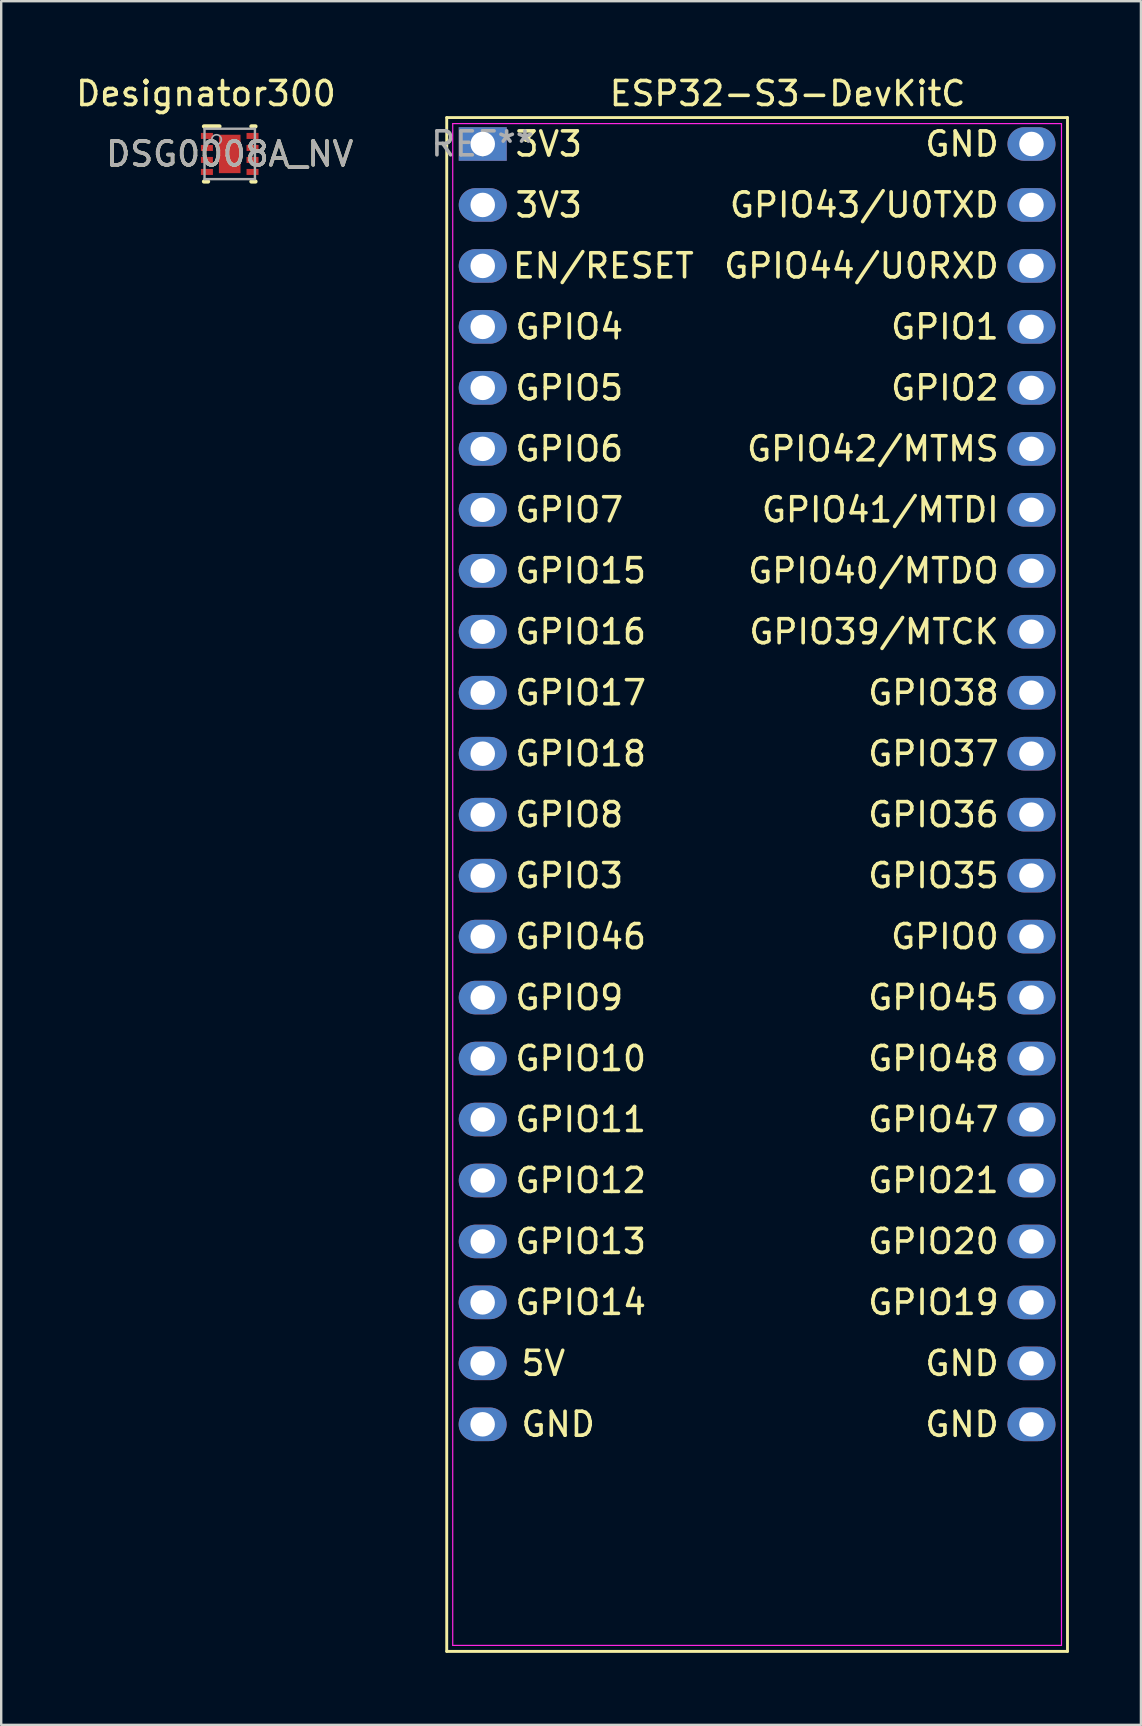
<source format=kicad_pcb>
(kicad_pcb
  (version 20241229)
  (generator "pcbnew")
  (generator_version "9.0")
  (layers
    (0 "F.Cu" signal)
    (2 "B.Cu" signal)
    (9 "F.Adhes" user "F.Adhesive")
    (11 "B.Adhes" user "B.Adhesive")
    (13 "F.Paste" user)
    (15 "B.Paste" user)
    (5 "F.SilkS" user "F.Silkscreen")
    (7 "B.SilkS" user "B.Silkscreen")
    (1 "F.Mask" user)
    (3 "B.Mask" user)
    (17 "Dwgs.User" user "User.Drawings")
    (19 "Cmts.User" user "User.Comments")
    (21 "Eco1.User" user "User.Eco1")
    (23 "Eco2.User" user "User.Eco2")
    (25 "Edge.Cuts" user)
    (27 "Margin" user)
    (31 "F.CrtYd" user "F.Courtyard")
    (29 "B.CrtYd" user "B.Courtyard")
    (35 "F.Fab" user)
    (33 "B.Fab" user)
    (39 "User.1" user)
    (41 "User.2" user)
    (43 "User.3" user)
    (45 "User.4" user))
  (footprint "DSG0008A_NV"
    (layer "F.Cu")
    (at 6.52 3.363)
    (property "Reference" "DSG0008A_NV" (at 0 0 0) (unlocked yes) (layer "F.SilkS") (effects (font (size 1 1) (thickness 0.15))))
    (attr smd)
    (fp_line (start -1.075 -1.15) (end -0.425 -1.15) (stroke (width 0.17) (type solid)) (layer "F.SilkS"))
    (fp_line (start -1.075 1.15) (end -0.9 1.15) (stroke (width 0.17) (type solid)) (layer "F.SilkS"))
    (fp_line (start 0.9 -1.15) (end 1.075 -1.15) (stroke (width 0.17) (type solid)) (layer "F.SilkS"))
    (fp_line (start 0.9 1.15) (end 1.075 1.15) (stroke (width 0.17) (type solid)) (layer "F.SilkS"))
    (fp_poly (pts (xy -0.45 -0.149) (xy -0.45 -0.751) (xy -0.449 -0.761) (xy -0.446 -0.77) (xy -0.442 -0.778) (xy -0.436 -0.786) (xy -0.428 -0.792) (xy -0.42 -0.796) (xy -0.411 -0.799) (xy -0.401 -0.8) (xy 0.401 -0.8) (xy 0.411 -0.799) (xy 0.42 -0.796) (xy 0.428 -0.792) (xy 0.436 -0.786) (xy 0.442 -0.778) (xy 0.446 -0.77) (xy 0.449 -0.761) (xy 0.45 -0.751) (xy 0.45 -0.149) (xy 0.449 -0.139) (xy 0.446 -0.13) (xy 0.442 -0.122) (xy 0.436 -0.114) (xy 0.428 -0.108) (xy 0.42 -0.104) (xy 0.411 -0.101) (xy 0.401 -0.1) (xy -0.401 -0.1) (xy -0.411 -0.101) (xy -0.42 -0.104) (xy -0.428 -0.108) (xy -0.436 -0.114) (xy -0.442 -0.122) (xy -0.446 -0.13) (xy -0.449 -0.139)) (stroke (width 0) (type solid)) (fill yes) (layer "F.Paste"))
    (fp_poly (pts (xy -0.45 0.751) (xy -0.45 0.149) (xy -0.449 0.139) (xy -0.446 0.13) (xy -0.442 0.122) (xy -0.436 0.114) (xy -0.428 0.108) (xy -0.42 0.104) (xy -0.411 0.101) (xy -0.401 0.1) (xy 0.401 0.1) (xy 0.411 0.101) (xy 0.42 0.104) (xy 0.428 0.108) (xy 0.436 0.114) (xy 0.442 0.122) (xy 0.446 0.13) (xy 0.449 0.139) (xy 0.45 0.149) (xy 0.45 0.751) (xy 0.449 0.761) (xy 0.446 0.77) (xy 0.442 0.778) (xy 0.436 0.786) (xy 0.428 0.792) (xy 0.42 0.796) (xy 0.411 0.799) (xy 0.401 0.8) (xy -0.401 0.8) (xy -0.411 0.799) (xy -0.42 0.796) (xy -0.428 0.792) (xy -0.436 0.786) (xy -0.442 0.778) (xy -0.446 0.77) (xy -0.449 0.761)) (stroke (width 0) (type solid)) (fill yes) (layer "F.Paste"))
    (fp_line (start -1.05 -1.05) (end 1.05 -1.05) (stroke (width 0.1) (type solid)) (layer "F.Fab"))
    (fp_line (start -1.05 1.05) (end -1.05 -1.05) (stroke (width 0.1) (type solid)) (layer "F.Fab"))
    (fp_line (start -1.05 1.05) (end 1.05 1.05) (stroke (width 0.1) (type solid)) (layer "F.Fab"))
    (fp_line (start 1.05 1.05) (end 1.05 -1.05) (stroke (width 0.1) (type solid)) (layer "F.Fab"))
    (fp_circle (center -0.55 -0.6) (end -0.35 -0.6) (stroke (width 0.07) (type solid)) (fill no) (layer "F.Fab"))
    (fp_text user "Designator300" (at -0.991 -2.515 0) (unlocked yes) (layer "F.SilkS") (effects (font (size 1 1) (thickness 0.15))))
    (fp_text user "${REFERENCE}" (at 0 0 0) (unlocked yes) (layer "F.Fab") (effects (font (size 1 1) (thickness 0.15))))
    (pad "1" smd rect (at -0.95 -0.75 90) (size 0.25 0.5) (layers "F.Cu" "F.Mask" "F.Paste"))
    (pad "2" smd rect (at -0.95 -0.25 90) (size 0.25 0.5) (layers "F.Cu" "F.Mask" "F.Paste"))
    (pad "3" smd rect (at -0.95 0.25 90) (size 0.25 0.5) (layers "F.Cu" "F.Mask" "F.Paste"))
    (pad "4" smd rect (at -0.95 0.75 90) (size 0.25 0.5) (layers "F.Cu" "F.Mask" "F.Paste"))
    (pad "5" smd rect (at 0.95 0.75 90) (size 0.25 0.5) (layers "F.Cu" "F.Mask" "F.Paste"))
    (pad "6" smd rect (at 0.95 0.25 90) (size 0.25 0.5) (layers "F.Cu" "F.Mask" "F.Paste"))
    (pad "7" smd rect (at 0.95 -0.25 90) (size 0.25 0.5) (layers "F.Cu" "F.Mask" "F.Paste"))
    (pad "8" smd rect (at 0.95 -0.75 90) (size 0.25 0.5) (layers "F.Cu" "F.Mask" "F.Paste"))
    (pad "9" smd rect (at 0 -0.000003) (size 0.9 1.6) (layers "F.Cu" "F.Mask" "F.Paste")))
  (footprint "ESP32-S3-DevKitC"
    (layer "F.Cu")
    (at 17.06 2.948)
    (property "Reference" "ESP32-S3-DevKitC" (at 12.7 -2.1 0) (layer "F.SilkS") (effects (font (size 1 1) (thickness 0.15))))
    (attr through_hole)
    (fp_line (start -1.5 62.797) (end 24.36 62.797) (stroke (width 0.12) (type solid)) (layer "F.SilkS"))
    (fp_line (start -1.5 -1.1) (end -1.5 62.797) (stroke (width 0.12) (type solid)) (layer "F.SilkS"))
    (fp_line (start 24.36 62.797) (end 24.36 -1.1) (stroke (width 0.12) (type solid)) (layer "F.SilkS"))
    (fp_line (start 24.36 -1.1) (end -1.5 -1.1) (stroke (width 0.12) (type solid)) (layer "F.SilkS"))
    (fp_line (start -1.25 -0.85) (end 24.11 -0.85) (stroke (width 0.05) (type solid)) (layer "F.CrtYd"))
    (fp_line (start -1.25 62.547) (end -1.25 -0.85) (stroke (width 0.05) (type solid)) (layer "F.CrtYd"))
    (fp_line (start 24.11 -0.85) (end 24.11 62.547) (stroke (width 0.05) (type solid)) (layer "F.CrtYd"))
    (fp_line (start 24.11 62.547) (end -1.25 62.547) (stroke (width 0.05) (type solid)) (layer "F.CrtYd"))
    (fp_text user "GPIO11" (at 1.27 40.64 0) (unlocked yes) (layer "F.SilkS") (effects (font (size 1 1) (thickness 0.15)) (justify left)))
    (fp_text user "GPIO45" (at 21.59 35.56 0) (unlocked yes) (layer "F.SilkS") (effects (font (size 1 1) (thickness 0.15)) (justify right)))
    (fp_text user "GPIO18" (at 1.27 25.4 0) (unlocked yes) (layer "F.SilkS") (effects (font (size 1 1) (thickness 0.15)) (justify left)))
    (fp_text user "GPIO38" (at 21.59 22.86 0) (unlocked yes) (layer "F.SilkS") (effects (font (size 1 1) (thickness 0.15)) (justify right)))
    (fp_text user "GPIO39/MTCK" (at 21.59 20.32 0) (unlocked yes) (layer "F.SilkS") (effects (font (size 1 1) (thickness 0.15)) (justify right)))
    (fp_text user "GND" (at 21.59 50.8 0) (unlocked yes) (layer "F.SilkS") (effects (font (size 1 1) (thickness 0.15)) (justify right)))
    (fp_text user "3V3" (at 1.27 2.54 0) (unlocked yes) (layer "F.SilkS") (effects (font (size 1 1) (thickness 0.15)) (justify left)))
    (fp_text user "GPIO9" (at 1.27 35.56 0) (unlocked yes) (layer "F.SilkS") (effects (font (size 1 1) (thickness 0.15)) (justify left)))
    (fp_text user "GPIO8" (at 1.27 27.94 0) (unlocked yes) (layer "F.SilkS") (effects (font (size 1 1) (thickness 0.15)) (justify left)))
    (fp_text user "GPIO41/MTDI" (at 21.59 15.24 0) (unlocked yes) (layer "F.SilkS") (effects (font (size 1 1) (thickness 0.15)) (justify right)))
    (fp_text user "GPIO21" (at 21.59 43.18 0) (unlocked yes) (layer "F.SilkS") (effects (font (size 1 1) (thickness 0.15)) (justify right)))
    (fp_text user "GPIO12" (at 1.27 43.18 0) (unlocked yes) (layer "F.SilkS") (effects (font (size 1 1) (thickness 0.15)) (justify left)))
    (fp_text user "GPIO47" (at 21.59 40.64 0) (unlocked yes) (layer "F.SilkS") (effects (font (size 1 1) (thickness 0.15)) (justify right)))
    (fp_text user "GPIO13" (at 1.27 45.72 0) (unlocked yes) (layer "F.SilkS") (effects (font (size 1 1) (thickness 0.15)) (justify left)))
    (fp_text user "GND" (at 1.52 53.337 0) (unlocked yes) (layer "F.SilkS") (effects (font (size 1 1) (thickness 0.15)) (justify left)))
    (fp_text user "GPIO19" (at 21.59 48.26 0) (unlocked yes) (layer "F.SilkS") (effects (font (size 1 1) (thickness 0.15)) (justify right)))
    (fp_text user "GPIO1" (at 21.59 7.62 0) (unlocked yes) (layer "F.SilkS") (effects (font (size 1 1) (thickness 0.15)) (justify right)))
    (fp_text user "GPIO4" (at 1.27 7.62 0) (unlocked yes) (layer "F.SilkS") (effects (font (size 1 1) (thickness 0.15)) (justify left)))
    (fp_text user "GPIO3" (at 1.27 30.48 0) (unlocked yes) (layer "F.SilkS") (effects (font (size 1 1) (thickness 0.15)) (justify left)))
    (fp_text user "GPIO44/U0RXD" (at 21.59 5.08 0) (unlocked yes) (layer "F.SilkS") (effects (font (size 1 1) (thickness 0.15)) (justify right)))
    (fp_text user "5V" (at 1.52 50.797 0) (unlocked yes) (layer "F.SilkS") (effects (font (size 1 1) (thickness 0.15)) (justify left)))
    (fp_text user "GPIO14" (at 1.27 48.26 0) (unlocked yes) (layer "F.SilkS") (effects (font (size 1 1) (thickness 0.15)) (justify left)))
    (fp_text user "GPIO35" (at 21.59 30.48 0) (unlocked yes) (layer "F.SilkS") (effects (font (size 1 1) (thickness 0.15)) (justify right)))
    (fp_text user "GPIO15" (at 1.27 17.78 0) (unlocked yes) (layer "F.SilkS") (effects (font (size 1 1) (thickness 0.15)) (justify left)))
    (fp_text user "GND" (at 21.59 53.34 0) (unlocked yes) (layer "F.SilkS") (effects (font (size 1 1) (thickness 0.15)) (justify right)))
    (fp_text user "GPIO5" (at 1.27 10.16 0) (unlocked yes) (layer "F.SilkS") (effects (font (size 1 1) (thickness 0.15)) (justify left)))
    (fp_text user "GPIO20" (at 21.59 45.72 0) (unlocked yes) (layer "F.SilkS") (effects (font (size 1 1) (thickness 0.15)) (justify right)))
    (fp_text user "GPIO36" (at 21.59 27.94 0) (unlocked yes) (layer "F.SilkS") (effects (font (size 1 1) (thickness 0.15)) (justify right)))
    (fp_text user "GPIO10" (at 1.27 38.1 0) (unlocked yes) (layer "F.SilkS") (effects (font (size 1 1) (thickness 0.15)) (justify left)))
    (fp_text user "GPIO7" (at 1.27 15.24 0) (unlocked yes) (layer "F.SilkS") (effects (font (size 1 1) (thickness 0.15)) (justify left)))
    (fp_text user "GPIO42/MTMS" (at 21.59 12.7 0) (unlocked yes) (layer "F.SilkS") (effects (font (size 1 1) (thickness 0.15)) (justify right)))
    (fp_text user "GPIO43/U0TXD" (at 21.59 2.54 0) (unlocked yes) (layer "F.SilkS") (effects (font (size 1 1) (thickness 0.15)) (justify right)))
    (fp_text user "GND" (at 21.59 0 0) (unlocked yes) (layer "F.SilkS") (effects (font (size 1 1) (thickness 0.15)) (justify right)))
    (fp_text user "3V3" (at 1.27 0 0) (unlocked yes) (layer "F.SilkS") (effects (font (size 1 1) (thickness 0.15)) (justify left)))
    (fp_text user "GPIO48" (at 21.59 38.1 0) (unlocked yes) (layer "F.SilkS") (effects (font (size 1 1) (thickness 0.15)) (justify right)))
    (fp_text user "GPIO17" (at 1.27 22.86 0) (unlocked yes) (layer "F.SilkS") (effects (font (size 1 1) (thickness 0.15)) (justify left)))
    (fp_text user "GPIO6" (at 1.27 12.7 0) (unlocked yes) (layer "F.SilkS") (effects (font (size 1 1) (thickness 0.15)) (justify left)))
    (fp_text user "GPIO40/MTDO" (at 21.59 17.78 0) (unlocked yes) (layer "F.SilkS") (effects (font (size 1 1) (thickness 0.15)) (justify right)))
    (fp_text user "GPIO0" (at 21.59 33.02 0) (unlocked yes) (layer "F.SilkS") (effects (font (size 1 1) (thickness 0.15)) (justify right)))
    (fp_text user "GPIO37" (at 21.59 25.4 0) (unlocked yes) (layer "F.SilkS") (effects (font (size 1 1) (thickness 0.15)) (justify right)))
    (fp_text user "EN/RESET" (at 8.886 5.077 0) (unlocked yes) (layer "F.SilkS") (effects (font (size 1 1) (thickness 0.15)) (justify right)))
    (fp_text user "GPIO2" (at 21.59 10.16 0) (unlocked yes) (layer "F.SilkS") (effects (font (size 1 1) (thickness 0.15)) (justify right)))
    (fp_text user "GPIO16" (at 1.27 20.32 0) (unlocked yes) (layer "F.SilkS") (effects (font (size 1 1) (thickness 0.15)) (justify left)))
    (fp_text user "GPIO46" (at 1.27 33.02 0) (unlocked yes) (layer "F.SilkS") (effects (font (size 1 1) (thickness 0.15)) (justify left)))
    (fp_text user "REF**" (at -0.004 -0.003 0) (layer "F.Fab") (effects (font (size 1 1) (thickness 0.15))))
    (pad "1" thru_hole rect (at 0 0 270) (size 1.4 2) (drill 1.02) (layers "*.Cu" "*.Mask"))
    (pad "2" thru_hole oval (at 0 2.54 270) (size 1.4 2) (drill 1.02) (layers "*.Cu" "*.Mask"))
    (pad "3" thru_hole oval (at 0 5.08 270) (size 1.4 2) (drill 1.02) (layers "*.Cu" "*.Mask"))
    (pad "4" thru_hole oval (at 0 7.62 270) (size 1.4 2) (drill 1.02) (layers "*.Cu" "*.Mask"))
    (pad "5" thru_hole oval (at 0 10.16 270) (size 1.4 2) (drill 1.02) (layers "*.Cu" "*.Mask"))
    (pad "6" thru_hole oval (at 0 12.7 270) (size 1.4 2) (drill 1.02) (layers "*.Cu" "*.Mask"))
    (pad "7" thru_hole oval (at 0 15.24 270) (size 1.4 2) (drill 1.02) (layers "*.Cu" "*.Mask"))
    (pad "8" thru_hole oval (at 0 17.78 270) (size 1.4 2) (drill 1.02) (layers "*.Cu" "*.Mask"))
    (pad "9" thru_hole oval (at 0 20.32 270) (size 1.4 2) (drill 1.02) (layers "*.Cu" "*.Mask"))
    (pad "10" thru_hole oval (at 0 22.86 270) (size 1.4 2) (drill 1.02) (layers "*.Cu" "*.Mask"))
    (pad "11" thru_hole oval (at 0 25.4 270) (size 1.4 2) (drill 1.02) (layers "*.Cu" "*.Mask"))
    (pad "12" thru_hole oval (at 0 27.94 270) (size 1.4 2) (drill 1.02) (layers "*.Cu" "*.Mask"))
    (pad "13" thru_hole oval (at 0 30.48 270) (size 1.4 2) (drill 1.02) (layers "*.Cu" "*.Mask"))
    (pad "14" thru_hole oval (at 0 33.02 270) (size 1.4 2) (drill 1.02) (layers "*.Cu" "*.Mask"))
    (pad "15" thru_hole oval (at 0 35.56 270) (size 1.4 2) (drill 1.02) (layers "*.Cu" "*.Mask"))
    (pad "16" thru_hole oval (at 0 38.1 270) (size 1.4 2) (drill 1.02) (layers "*.Cu" "*.Mask"))
    (pad "17" thru_hole oval (at 0 40.64 270) (size 1.4 2) (drill 1.02) (layers "*.Cu" "*.Mask"))
    (pad "18" thru_hole oval (at 0 43.18 270) (size 1.4 2) (drill 1.02) (layers "*.Cu" "*.Mask"))
    (pad "19" thru_hole oval (at 0 45.72 270) (size 1.4 2) (drill 1.02) (layers "*.Cu" "*.Mask"))
    (pad "20" thru_hole oval (at -0.004 48.257 270) (size 1.4 2) (drill 1.02) (layers "*.Cu" "*.Mask"))
    (pad "21" thru_hole oval (at -0.004 50.797 270) (size 1.4 2) (drill 1.02) (layers "*.Cu" "*.Mask"))
    (pad "22" thru_hole oval (at -0.004 53.337 270) (size 1.4 2) (drill 1.02) (layers "*.Cu" "*.Mask"))
    (pad "23" thru_hole oval (at 22.86 53.34 270) (size 1.4 2) (drill 1.02) (layers "*.Cu" "*.Mask"))
    (pad "24" thru_hole oval (at 22.86 50.8 270) (size 1.4 2) (drill 1.02) (layers "*.Cu" "*.Mask"))
    (pad "25" thru_hole oval (at 22.86 48.26 270) (size 1.4 2) (drill 1.02) (layers "*.Cu" "*.Mask"))
    (pad "26" thru_hole oval (at 22.86 45.72 270) (size 1.4 2) (drill 1.02) (layers "*.Cu" "*.Mask"))
    (pad "27" thru_hole oval (at 22.86 43.18 270) (size 1.4 2) (drill 1.02) (layers "*.Cu" "*.Mask"))
    (pad "28" thru_hole oval (at 22.86 40.64 270) (size 1.4 2) (drill 1.02) (layers "*.Cu" "*.Mask"))
    (pad "29" thru_hole oval (at 22.86 38.1 270) (size 1.4 2) (drill 1.02) (layers "*.Cu" "*.Mask"))
    (pad "30" thru_hole oval (at 22.86 35.56 270) (size 1.4 2) (drill 1.02) (layers "*.Cu" "*.Mask"))
    (pad "31" thru_hole oval (at 22.86 33.02 270) (size 1.4 2) (drill 1.02) (layers "*.Cu" "*.Mask"))
    (pad "32" thru_hole oval (at 22.86 30.48 270) (size 1.4 2) (drill 1.02) (layers "*.Cu" "*.Mask"))
    (pad "33" thru_hole oval (at 22.86 27.94 270) (size 1.4 2) (drill 1.02) (layers "*.Cu" "*.Mask"))
    (pad "34" thru_hole oval (at 22.86 25.4 270) (size 1.4 2) (drill 1.02) (layers "*.Cu" "*.Mask"))
    (pad "35" thru_hole oval (at 22.86 22.86 270) (size 1.4 2) (drill 1.02) (layers "*.Cu" "*.Mask"))
    (pad "36" thru_hole oval (at 22.86 20.32 270) (size 1.4 2) (drill 1.02) (layers "*.Cu" "*.Mask"))
    (pad "37" thru_hole oval (at 22.86 17.78 270) (size 1.4 2) (drill 1.02) (layers "*.Cu" "*.Mask"))
    (pad "38" thru_hole oval (at 22.86 15.24 270) (size 1.4 2) (drill 1.02) (layers "*.Cu" "*.Mask"))
    (pad "39" thru_hole oval (at 22.86 12.7 270) (size 1.4 2) (drill 1.02) (layers "*.Cu" "*.Mask"))
    (pad "40" thru_hole oval (at 22.86 10.16 270) (size 1.4 2) (drill 1.02) (layers "*.Cu" "*.Mask"))
    (pad "41" thru_hole oval (at 22.86 7.62 270) (size 1.4 2) (drill 1.02) (layers "*.Cu" "*.Mask"))
    (pad "42" thru_hole oval (at 22.86 5.08 270) (size 1.4 2) (drill 1.02) (layers "*.Cu" "*.Mask"))
    (pad "43" thru_hole oval (at 22.86 2.54 270) (size 1.4 2) (drill 1.02) (layers "*.Cu" "*.Mask"))
    (pad "44" thru_hole oval (at 22.86 0 270) (size 1.4 2) (drill 1.02) (layers "*.Cu" "*.Mask")))
  (gr_rect
    (start -3 -3)
    (end 44.48 68.806)
    (stroke (width 0.1) (type default))
    (fill no)
    (layer "Edge.Cuts")))
</source>
